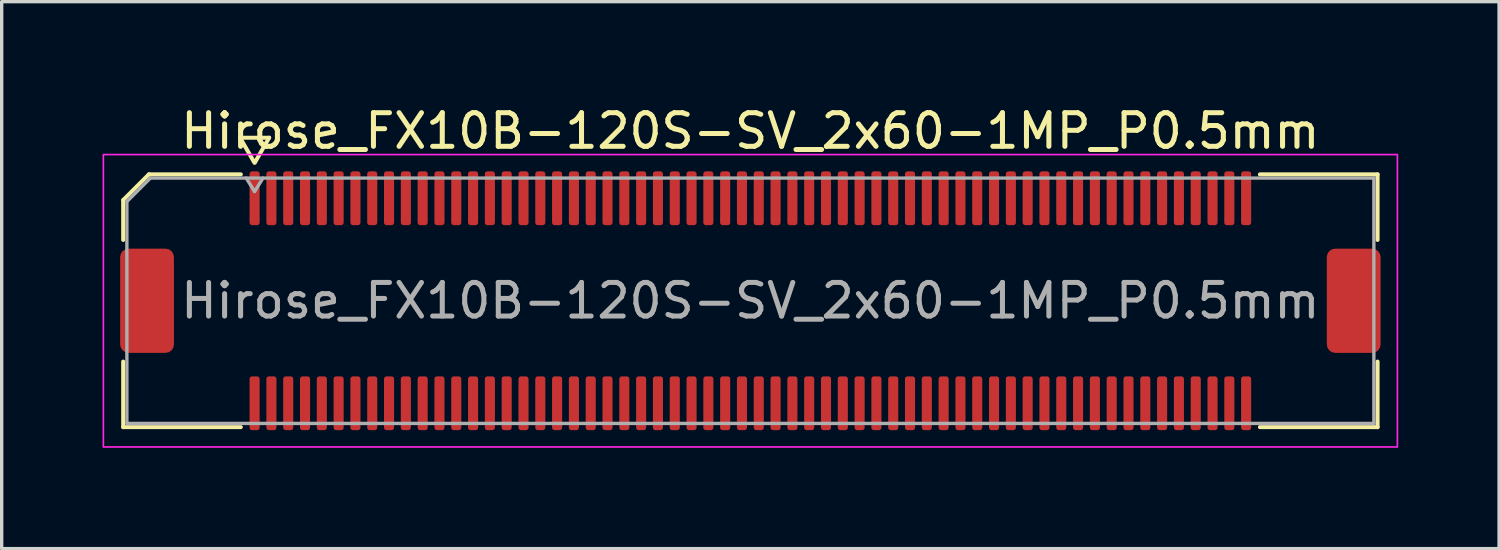
<source format=kicad_pcb>
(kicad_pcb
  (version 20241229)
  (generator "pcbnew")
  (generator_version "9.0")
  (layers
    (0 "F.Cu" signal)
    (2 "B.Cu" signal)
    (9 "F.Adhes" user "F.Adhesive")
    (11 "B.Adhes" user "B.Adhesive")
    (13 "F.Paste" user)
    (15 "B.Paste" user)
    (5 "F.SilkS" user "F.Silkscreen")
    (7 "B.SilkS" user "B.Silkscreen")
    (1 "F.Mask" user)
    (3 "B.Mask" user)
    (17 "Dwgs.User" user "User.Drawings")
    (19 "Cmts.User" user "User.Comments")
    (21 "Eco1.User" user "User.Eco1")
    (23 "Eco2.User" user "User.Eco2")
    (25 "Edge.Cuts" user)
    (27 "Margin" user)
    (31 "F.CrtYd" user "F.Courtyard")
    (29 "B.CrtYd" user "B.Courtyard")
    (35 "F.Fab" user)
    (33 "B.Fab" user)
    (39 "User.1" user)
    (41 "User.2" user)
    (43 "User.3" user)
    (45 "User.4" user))
  (footprint "Hirose_FX10B-120S-SV_2x60-1MP_P0.5mm"
    (layer "F.Cu")
    (at 19.275 5.898)
    (property "Reference" "Hirose_FX10B-120S-SV_2x60-1MP_P0.5mm" (at 0 -5.05 0) (layer "F.SilkS") (effects (font (size 1 1) (thickness 0.15))))
    (attr smd)
    (fp_line (start -18.66 -2.996) (end -17.896 -3.76) (stroke (width 0.12) (type solid)) (layer "F.SilkS"))
    (fp_line (start -18.66 -1.81) (end -18.66 -2.996) (stroke (width 0.12) (type solid)) (layer "F.SilkS"))
    (fp_line (start -18.66 3.76) (end -18.66 1.81) (stroke (width 0.12) (type solid)) (layer "F.SilkS"))
    (fp_line (start -17.896 -3.76) (end -15.16 -3.76) (stroke (width 0.12) (type solid)) (layer "F.SilkS"))
    (fp_line (start -15.183 -4.85) (end -14.756 -4.11) (stroke (width 0.12) (type solid)) (layer "F.SilkS"))
    (fp_line (start -15.16 3.76) (end -18.66 3.76) (stroke (width 0.12) (type solid)) (layer "F.SilkS"))
    (fp_line (start -14.744 -4.11) (end -14.317 -4.85) (stroke (width 0.12) (type solid)) (layer "F.SilkS"))
    (fp_line (start -14.317 -4.85) (end -15.183 -4.85) (stroke (width 0.12) (type solid)) (layer "F.SilkS"))
    (fp_line (start 15.16 -3.76) (end 18.66 -3.76) (stroke (width 0.12) (type solid)) (layer "F.SilkS"))
    (fp_line (start 18.66 -3.76) (end 18.66 -1.81) (stroke (width 0.12) (type solid)) (layer "F.SilkS"))
    (fp_line (start 18.66 1.81) (end 18.66 3.76) (stroke (width 0.12) (type solid)) (layer "F.SilkS"))
    (fp_line (start 18.66 3.76) (end 15.16 3.76) (stroke (width 0.12) (type solid)) (layer "F.SilkS"))
    (fp_rect (start -19.25 -4.35) (end 19.25 4.35) (stroke (width 0.05) (type solid)) (fill no) (layer "F.CrtYd"))
    (fp_line (start -18.55 -2.95) (end -17.85 -3.65) (stroke (width 0.1) (type solid)) (layer "F.Fab"))
    (fp_line (start -18.55 3.65) (end -18.55 -2.95) (stroke (width 0.1) (type solid)) (layer "F.Fab"))
    (fp_line (start -17.85 -3.65) (end 18.55 -3.65) (stroke (width 0.1) (type solid)) (layer "F.Fab"))
    (fp_line (start -15 -3.65) (end -14.75 -3.25) (stroke (width 0.1) (type solid)) (layer "F.Fab"))
    (fp_line (start -14.75 -3.25) (end -14.5 -3.65) (stroke (width 0.1) (type solid)) (layer "F.Fab"))
    (fp_line (start 18.55 -3.65) (end 18.55 3.65) (stroke (width 0.1) (type solid)) (layer "F.Fab"))
    (fp_line (start 18.55 3.65) (end -18.55 3.65) (stroke (width 0.1) (type solid)) (layer "F.Fab"))
    (fp_text user "${REFERENCE}" (at 0 0 0) (layer "F.Fab") (effects (font (size 1 1) (thickness 0.15))))
    (pad "1" smd roundrect (at -14.75 -3.05) (size 0.3 1.6) (layers "F.Cu" "F.Mask" "F.Paste") (roundrect_rratio 0.25))
    (pad "2" smd roundrect (at -14.75 3.05) (size 0.3 1.6) (layers "F.Cu" "F.Mask" "F.Paste") (roundrect_rratio 0.25))
    (pad "3" smd roundrect (at -14.25 -3.05) (size 0.3 1.6) (layers "F.Cu" "F.Mask" "F.Paste") (roundrect_rratio 0.25))
    (pad "4" smd roundrect (at -14.25 3.05) (size 0.3 1.6) (layers "F.Cu" "F.Mask" "F.Paste") (roundrect_rratio 0.25))
    (pad "5" smd roundrect (at -13.75 -3.05) (size 0.3 1.6) (layers "F.Cu" "F.Mask" "F.Paste") (roundrect_rratio 0.25))
    (pad "6" smd roundrect (at -13.75 3.05) (size 0.3 1.6) (layers "F.Cu" "F.Mask" "F.Paste") (roundrect_rratio 0.25))
    (pad "7" smd roundrect (at -13.25 -3.05) (size 0.3 1.6) (layers "F.Cu" "F.Mask" "F.Paste") (roundrect_rratio 0.25))
    (pad "8" smd roundrect (at -13.25 3.05) (size 0.3 1.6) (layers "F.Cu" "F.Mask" "F.Paste") (roundrect_rratio 0.25))
    (pad "9" smd roundrect (at -12.75 -3.05) (size 0.3 1.6) (layers "F.Cu" "F.Mask" "F.Paste") (roundrect_rratio 0.25))
    (pad "10" smd roundrect (at -12.75 3.05) (size 0.3 1.6) (layers "F.Cu" "F.Mask" "F.Paste") (roundrect_rratio 0.25))
    (pad "11" smd roundrect (at -12.25 -3.05) (size 0.3 1.6) (layers "F.Cu" "F.Mask" "F.Paste") (roundrect_rratio 0.25))
    (pad "12" smd roundrect (at -12.25 3.05) (size 0.3 1.6) (layers "F.Cu" "F.Mask" "F.Paste") (roundrect_rratio 0.25))
    (pad "13" smd roundrect (at -11.75 -3.05) (size 0.3 1.6) (layers "F.Cu" "F.Mask" "F.Paste") (roundrect_rratio 0.25))
    (pad "14" smd roundrect (at -11.75 3.05) (size 0.3 1.6) (layers "F.Cu" "F.Mask" "F.Paste") (roundrect_rratio 0.25))
    (pad "15" smd roundrect (at -11.25 -3.05) (size 0.3 1.6) (layers "F.Cu" "F.Mask" "F.Paste") (roundrect_rratio 0.25))
    (pad "16" smd roundrect (at -11.25 3.05) (size 0.3 1.6) (layers "F.Cu" "F.Mask" "F.Paste") (roundrect_rratio 0.25))
    (pad "17" smd roundrect (at -10.75 -3.05) (size 0.3 1.6) (layers "F.Cu" "F.Mask" "F.Paste") (roundrect_rratio 0.25))
    (pad "18" smd roundrect (at -10.75 3.05) (size 0.3 1.6) (layers "F.Cu" "F.Mask" "F.Paste") (roundrect_rratio 0.25))
    (pad "19" smd roundrect (at -10.25 -3.05) (size 0.3 1.6) (layers "F.Cu" "F.Mask" "F.Paste") (roundrect_rratio 0.25))
    (pad "20" smd roundrect (at -10.25 3.05) (size 0.3 1.6) (layers "F.Cu" "F.Mask" "F.Paste") (roundrect_rratio 0.25))
    (pad "21" smd roundrect (at -9.75 -3.05) (size 0.3 1.6) (layers "F.Cu" "F.Mask" "F.Paste") (roundrect_rratio 0.25))
    (pad "22" smd roundrect (at -9.75 3.05) (size 0.3 1.6) (layers "F.Cu" "F.Mask" "F.Paste") (roundrect_rratio 0.25))
    (pad "23" smd roundrect (at -9.25 -3.05) (size 0.3 1.6) (layers "F.Cu" "F.Mask" "F.Paste") (roundrect_rratio 0.25))
    (pad "24" smd roundrect (at -9.25 3.05) (size 0.3 1.6) (layers "F.Cu" "F.Mask" "F.Paste") (roundrect_rratio 0.25))
    (pad "25" smd roundrect (at -8.75 -3.05) (size 0.3 1.6) (layers "F.Cu" "F.Mask" "F.Paste") (roundrect_rratio 0.25))
    (pad "26" smd roundrect (at -8.75 3.05) (size 0.3 1.6) (layers "F.Cu" "F.Mask" "F.Paste") (roundrect_rratio 0.25))
    (pad "27" smd roundrect (at -8.25 -3.05) (size 0.3 1.6) (layers "F.Cu" "F.Mask" "F.Paste") (roundrect_rratio 0.25))
    (pad "28" smd roundrect (at -8.25 3.05) (size 0.3 1.6) (layers "F.Cu" "F.Mask" "F.Paste") (roundrect_rratio 0.25))
    (pad "29" smd roundrect (at -7.75 -3.05) (size 0.3 1.6) (layers "F.Cu" "F.Mask" "F.Paste") (roundrect_rratio 0.25))
    (pad "30" smd roundrect (at -7.75 3.05) (size 0.3 1.6) (layers "F.Cu" "F.Mask" "F.Paste") (roundrect_rratio 0.25))
    (pad "31" smd roundrect (at -7.25 -3.05) (size 0.3 1.6) (layers "F.Cu" "F.Mask" "F.Paste") (roundrect_rratio 0.25))
    (pad "32" smd roundrect (at -7.25 3.05) (size 0.3 1.6) (layers "F.Cu" "F.Mask" "F.Paste") (roundrect_rratio 0.25))
    (pad "33" smd roundrect (at -6.75 -3.05) (size 0.3 1.6) (layers "F.Cu" "F.Mask" "F.Paste") (roundrect_rratio 0.25))
    (pad "34" smd roundrect (at -6.75 3.05) (size 0.3 1.6) (layers "F.Cu" "F.Mask" "F.Paste") (roundrect_rratio 0.25))
    (pad "35" smd roundrect (at -6.25 -3.05) (size 0.3 1.6) (layers "F.Cu" "F.Mask" "F.Paste") (roundrect_rratio 0.25))
    (pad "36" smd roundrect (at -6.25 3.05) (size 0.3 1.6) (layers "F.Cu" "F.Mask" "F.Paste") (roundrect_rratio 0.25))
    (pad "37" smd roundrect (at -5.75 -3.05) (size 0.3 1.6) (layers "F.Cu" "F.Mask" "F.Paste") (roundrect_rratio 0.25))
    (pad "38" smd roundrect (at -5.75 3.05) (size 0.3 1.6) (layers "F.Cu" "F.Mask" "F.Paste") (roundrect_rratio 0.25))
    (pad "39" smd roundrect (at -5.25 -3.05) (size 0.3 1.6) (layers "F.Cu" "F.Mask" "F.Paste") (roundrect_rratio 0.25))
    (pad "40" smd roundrect (at -5.25 3.05) (size 0.3 1.6) (layers "F.Cu" "F.Mask" "F.Paste") (roundrect_rratio 0.25))
    (pad "41" smd roundrect (at -4.75 -3.05) (size 0.3 1.6) (layers "F.Cu" "F.Mask" "F.Paste") (roundrect_rratio 0.25))
    (pad "42" smd roundrect (at -4.75 3.05) (size 0.3 1.6) (layers "F.Cu" "F.Mask" "F.Paste") (roundrect_rratio 0.25))
    (pad "43" smd roundrect (at -4.25 -3.05) (size 0.3 1.6) (layers "F.Cu" "F.Mask" "F.Paste") (roundrect_rratio 0.25))
    (pad "44" smd roundrect (at -4.25 3.05) (size 0.3 1.6) (layers "F.Cu" "F.Mask" "F.Paste") (roundrect_rratio 0.25))
    (pad "45" smd roundrect (at -3.75 -3.05) (size 0.3 1.6) (layers "F.Cu" "F.Mask" "F.Paste") (roundrect_rratio 0.25))
    (pad "46" smd roundrect (at -3.75 3.05) (size 0.3 1.6) (layers "F.Cu" "F.Mask" "F.Paste") (roundrect_rratio 0.25))
    (pad "47" smd roundrect (at -3.25 -3.05) (size 0.3 1.6) (layers "F.Cu" "F.Mask" "F.Paste") (roundrect_rratio 0.25))
    (pad "48" smd roundrect (at -3.25 3.05) (size 0.3 1.6) (layers "F.Cu" "F.Mask" "F.Paste") (roundrect_rratio 0.25))
    (pad "49" smd roundrect (at -2.75 -3.05) (size 0.3 1.6) (layers "F.Cu" "F.Mask" "F.Paste") (roundrect_rratio 0.25))
    (pad "50" smd roundrect (at -2.75 3.05) (size 0.3 1.6) (layers "F.Cu" "F.Mask" "F.Paste") (roundrect_rratio 0.25))
    (pad "51" smd roundrect (at -2.25 -3.05) (size 0.3 1.6) (layers "F.Cu" "F.Mask" "F.Paste") (roundrect_rratio 0.25))
    (pad "52" smd roundrect (at -2.25 3.05) (size 0.3 1.6) (layers "F.Cu" "F.Mask" "F.Paste") (roundrect_rratio 0.25))
    (pad "53" smd roundrect (at -1.75 -3.05) (size 0.3 1.6) (layers "F.Cu" "F.Mask" "F.Paste") (roundrect_rratio 0.25))
    (pad "54" smd roundrect (at -1.75 3.05) (size 0.3 1.6) (layers "F.Cu" "F.Mask" "F.Paste") (roundrect_rratio 0.25))
    (pad "55" smd roundrect (at -1.25 -3.05) (size 0.3 1.6) (layers "F.Cu" "F.Mask" "F.Paste") (roundrect_rratio 0.25))
    (pad "56" smd roundrect (at -1.25 3.05) (size 0.3 1.6) (layers "F.Cu" "F.Mask" "F.Paste") (roundrect_rratio 0.25))
    (pad "57" smd roundrect (at -0.75 -3.05) (size 0.3 1.6) (layers "F.Cu" "F.Mask" "F.Paste") (roundrect_rratio 0.25))
    (pad "58" smd roundrect (at -0.75 3.05) (size 0.3 1.6) (layers "F.Cu" "F.Mask" "F.Paste") (roundrect_rratio 0.25))
    (pad "59" smd roundrect (at -0.25 -3.05) (size 0.3 1.6) (layers "F.Cu" "F.Mask" "F.Paste") (roundrect_rratio 0.25))
    (pad "60" smd roundrect (at -0.25 3.05) (size 0.3 1.6) (layers "F.Cu" "F.Mask" "F.Paste") (roundrect_rratio 0.25))
    (pad "61" smd roundrect (at 0.25 -3.05) (size 0.3 1.6) (layers "F.Cu" "F.Mask" "F.Paste") (roundrect_rratio 0.25))
    (pad "62" smd roundrect (at 0.25 3.05) (size 0.3 1.6) (layers "F.Cu" "F.Mask" "F.Paste") (roundrect_rratio 0.25))
    (pad "63" smd roundrect (at 0.75 -3.05) (size 0.3 1.6) (layers "F.Cu" "F.Mask" "F.Paste") (roundrect_rratio 0.25))
    (pad "64" smd roundrect (at 0.75 3.05) (size 0.3 1.6) (layers "F.Cu" "F.Mask" "F.Paste") (roundrect_rratio 0.25))
    (pad "65" smd roundrect (at 1.25 -3.05) (size 0.3 1.6) (layers "F.Cu" "F.Mask" "F.Paste") (roundrect_rratio 0.25))
    (pad "66" smd roundrect (at 1.25 3.05) (size 0.3 1.6) (layers "F.Cu" "F.Mask" "F.Paste") (roundrect_rratio 0.25))
    (pad "67" smd roundrect (at 1.75 -3.05) (size 0.3 1.6) (layers "F.Cu" "F.Mask" "F.Paste") (roundrect_rratio 0.25))
    (pad "68" smd roundrect (at 1.75 3.05) (size 0.3 1.6) (layers "F.Cu" "F.Mask" "F.Paste") (roundrect_rratio 0.25))
    (pad "69" smd roundrect (at 2.25 -3.05) (size 0.3 1.6) (layers "F.Cu" "F.Mask" "F.Paste") (roundrect_rratio 0.25))
    (pad "70" smd roundrect (at 2.25 3.05) (size 0.3 1.6) (layers "F.Cu" "F.Mask" "F.Paste") (roundrect_rratio 0.25))
    (pad "71" smd roundrect (at 2.75 -3.05) (size 0.3 1.6) (layers "F.Cu" "F.Mask" "F.Paste") (roundrect_rratio 0.25))
    (pad "72" smd roundrect (at 2.75 3.05) (size 0.3 1.6) (layers "F.Cu" "F.Mask" "F.Paste") (roundrect_rratio 0.25))
    (pad "73" smd roundrect (at 3.25 -3.05) (size 0.3 1.6) (layers "F.Cu" "F.Mask" "F.Paste") (roundrect_rratio 0.25))
    (pad "74" smd roundrect (at 3.25 3.05) (size 0.3 1.6) (layers "F.Cu" "F.Mask" "F.Paste") (roundrect_rratio 0.25))
    (pad "75" smd roundrect (at 3.75 -3.05) (size 0.3 1.6) (layers "F.Cu" "F.Mask" "F.Paste") (roundrect_rratio 0.25))
    (pad "76" smd roundrect (at 3.75 3.05) (size 0.3 1.6) (layers "F.Cu" "F.Mask" "F.Paste") (roundrect_rratio 0.25))
    (pad "77" smd roundrect (at 4.25 -3.05) (size 0.3 1.6) (layers "F.Cu" "F.Mask" "F.Paste") (roundrect_rratio 0.25))
    (pad "78" smd roundrect (at 4.25 3.05) (size 0.3 1.6) (layers "F.Cu" "F.Mask" "F.Paste") (roundrect_rratio 0.25))
    (pad "79" smd roundrect (at 4.75 -3.05) (size 0.3 1.6) (layers "F.Cu" "F.Mask" "F.Paste") (roundrect_rratio 0.25))
    (pad "80" smd roundrect (at 4.75 3.05) (size 0.3 1.6) (layers "F.Cu" "F.Mask" "F.Paste") (roundrect_rratio 0.25))
    (pad "81" smd roundrect (at 5.25 -3.05) (size 0.3 1.6) (layers "F.Cu" "F.Mask" "F.Paste") (roundrect_rratio 0.25))
    (pad "82" smd roundrect (at 5.25 3.05) (size 0.3 1.6) (layers "F.Cu" "F.Mask" "F.Paste") (roundrect_rratio 0.25))
    (pad "83" smd roundrect (at 5.75 -3.05) (size 0.3 1.6) (layers "F.Cu" "F.Mask" "F.Paste") (roundrect_rratio 0.25))
    (pad "84" smd roundrect (at 5.75 3.05) (size 0.3 1.6) (layers "F.Cu" "F.Mask" "F.Paste") (roundrect_rratio 0.25))
    (pad "85" smd roundrect (at 6.25 -3.05) (size 0.3 1.6) (layers "F.Cu" "F.Mask" "F.Paste") (roundrect_rratio 0.25))
    (pad "86" smd roundrect (at 6.25 3.05) (size 0.3 1.6) (layers "F.Cu" "F.Mask" "F.Paste") (roundrect_rratio 0.25))
    (pad "87" smd roundrect (at 6.75 -3.05) (size 0.3 1.6) (layers "F.Cu" "F.Mask" "F.Paste") (roundrect_rratio 0.25))
    (pad "88" smd roundrect (at 6.75 3.05) (size 0.3 1.6) (layers "F.Cu" "F.Mask" "F.Paste") (roundrect_rratio 0.25))
    (pad "89" smd roundrect (at 7.25 -3.05) (size 0.3 1.6) (layers "F.Cu" "F.Mask" "F.Paste") (roundrect_rratio 0.25))
    (pad "90" smd roundrect (at 7.25 3.05) (size 0.3 1.6) (layers "F.Cu" "F.Mask" "F.Paste") (roundrect_rratio 0.25))
    (pad "91" smd roundrect (at 7.75 -3.05) (size 0.3 1.6) (layers "F.Cu" "F.Mask" "F.Paste") (roundrect_rratio 0.25))
    (pad "92" smd roundrect (at 7.75 3.05) (size 0.3 1.6) (layers "F.Cu" "F.Mask" "F.Paste") (roundrect_rratio 0.25))
    (pad "93" smd roundrect (at 8.25 -3.05) (size 0.3 1.6) (layers "F.Cu" "F.Mask" "F.Paste") (roundrect_rratio 0.25))
    (pad "94" smd roundrect (at 8.25 3.05) (size 0.3 1.6) (layers "F.Cu" "F.Mask" "F.Paste") (roundrect_rratio 0.25))
    (pad "95" smd roundrect (at 8.75 -3.05) (size 0.3 1.6) (layers "F.Cu" "F.Mask" "F.Paste") (roundrect_rratio 0.25))
    (pad "96" smd roundrect (at 8.75 3.05) (size 0.3 1.6) (layers "F.Cu" "F.Mask" "F.Paste") (roundrect_rratio 0.25))
    (pad "97" smd roundrect (at 9.25 -3.05) (size 0.3 1.6) (layers "F.Cu" "F.Mask" "F.Paste") (roundrect_rratio 0.25))
    (pad "98" smd roundrect (at 9.25 3.05) (size 0.3 1.6) (layers "F.Cu" "F.Mask" "F.Paste") (roundrect_rratio 0.25))
    (pad "99" smd roundrect (at 9.75 -3.05) (size 0.3 1.6) (layers "F.Cu" "F.Mask" "F.Paste") (roundrect_rratio 0.25))
    (pad "100" smd roundrect (at 9.75 3.05) (size 0.3 1.6) (layers "F.Cu" "F.Mask" "F.Paste") (roundrect_rratio 0.25))
    (pad "101" smd roundrect (at 10.25 -3.05) (size 0.3 1.6) (layers "F.Cu" "F.Mask" "F.Paste") (roundrect_rratio 0.25))
    (pad "102" smd roundrect (at 10.25 3.05) (size 0.3 1.6) (layers "F.Cu" "F.Mask" "F.Paste") (roundrect_rratio 0.25))
    (pad "103" smd roundrect (at 10.75 -3.05) (size 0.3 1.6) (layers "F.Cu" "F.Mask" "F.Paste") (roundrect_rratio 0.25))
    (pad "104" smd roundrect (at 10.75 3.05) (size 0.3 1.6) (layers "F.Cu" "F.Mask" "F.Paste") (roundrect_rratio 0.25))
    (pad "105" smd roundrect (at 11.25 -3.05) (size 0.3 1.6) (layers "F.Cu" "F.Mask" "F.Paste") (roundrect_rratio 0.25))
    (pad "106" smd roundrect (at 11.25 3.05) (size 0.3 1.6) (layers "F.Cu" "F.Mask" "F.Paste") (roundrect_rratio 0.25))
    (pad "107" smd roundrect (at 11.75 -3.05) (size 0.3 1.6) (layers "F.Cu" "F.Mask" "F.Paste") (roundrect_rratio 0.25))
    (pad "108" smd roundrect (at 11.75 3.05) (size 0.3 1.6) (layers "F.Cu" "F.Mask" "F.Paste") (roundrect_rratio 0.25))
    (pad "109" smd roundrect (at 12.25 -3.05) (size 0.3 1.6) (layers "F.Cu" "F.Mask" "F.Paste") (roundrect_rratio 0.25))
    (pad "110" smd roundrect (at 12.25 3.05) (size 0.3 1.6) (layers "F.Cu" "F.Mask" "F.Paste") (roundrect_rratio 0.25))
    (pad "111" smd roundrect (at 12.75 -3.05) (size 0.3 1.6) (layers "F.Cu" "F.Mask" "F.Paste") (roundrect_rratio 0.25))
    (pad "112" smd roundrect (at 12.75 3.05) (size 0.3 1.6) (layers "F.Cu" "F.Mask" "F.Paste") (roundrect_rratio 0.25))
    (pad "113" smd roundrect (at 13.25 -3.05) (size 0.3 1.6) (layers "F.Cu" "F.Mask" "F.Paste") (roundrect_rratio 0.25))
    (pad "114" smd roundrect (at 13.25 3.05) (size 0.3 1.6) (layers "F.Cu" "F.Mask" "F.Paste") (roundrect_rratio 0.25))
    (pad "115" smd roundrect (at 13.75 -3.05) (size 0.3 1.6) (layers "F.Cu" "F.Mask" "F.Paste") (roundrect_rratio 0.25))
    (pad "116" smd roundrect (at 13.75 3.05) (size 0.3 1.6) (layers "F.Cu" "F.Mask" "F.Paste") (roundrect_rratio 0.25))
    (pad "117" smd roundrect (at 14.25 -3.05) (size 0.3 1.6) (layers "F.Cu" "F.Mask" "F.Paste") (roundrect_rratio 0.25))
    (pad "118" smd roundrect (at 14.25 3.05) (size 0.3 1.6) (layers "F.Cu" "F.Mask" "F.Paste") (roundrect_rratio 0.25))
    (pad "119" smd roundrect (at 14.75 -3.05) (size 0.3 1.6) (layers "F.Cu" "F.Mask" "F.Paste") (roundrect_rratio 0.25))
    (pad "120" smd roundrect (at 14.75 3.05) (size 0.3 1.6) (layers "F.Cu" "F.Mask" "F.Paste") (roundrect_rratio 0.25))
    (pad "MP" smd roundrect (at -17.95 0) (size 1.6 3.1) (layers "F.Cu" "F.Mask" "F.Paste") (roundrect_rratio 0.156))
    (pad "MP" smd roundrect (at 17.95 0) (size 1.6 3.1) (layers "F.Cu" "F.Mask" "F.Paste") (roundrect_rratio 0.156)))
  (gr_rect
    (start -3 -3)
    (end 41.55 13.273)
    (stroke (width 0.1) (type default))
    (fill no)
    (layer "Edge.Cuts")))
</source>
